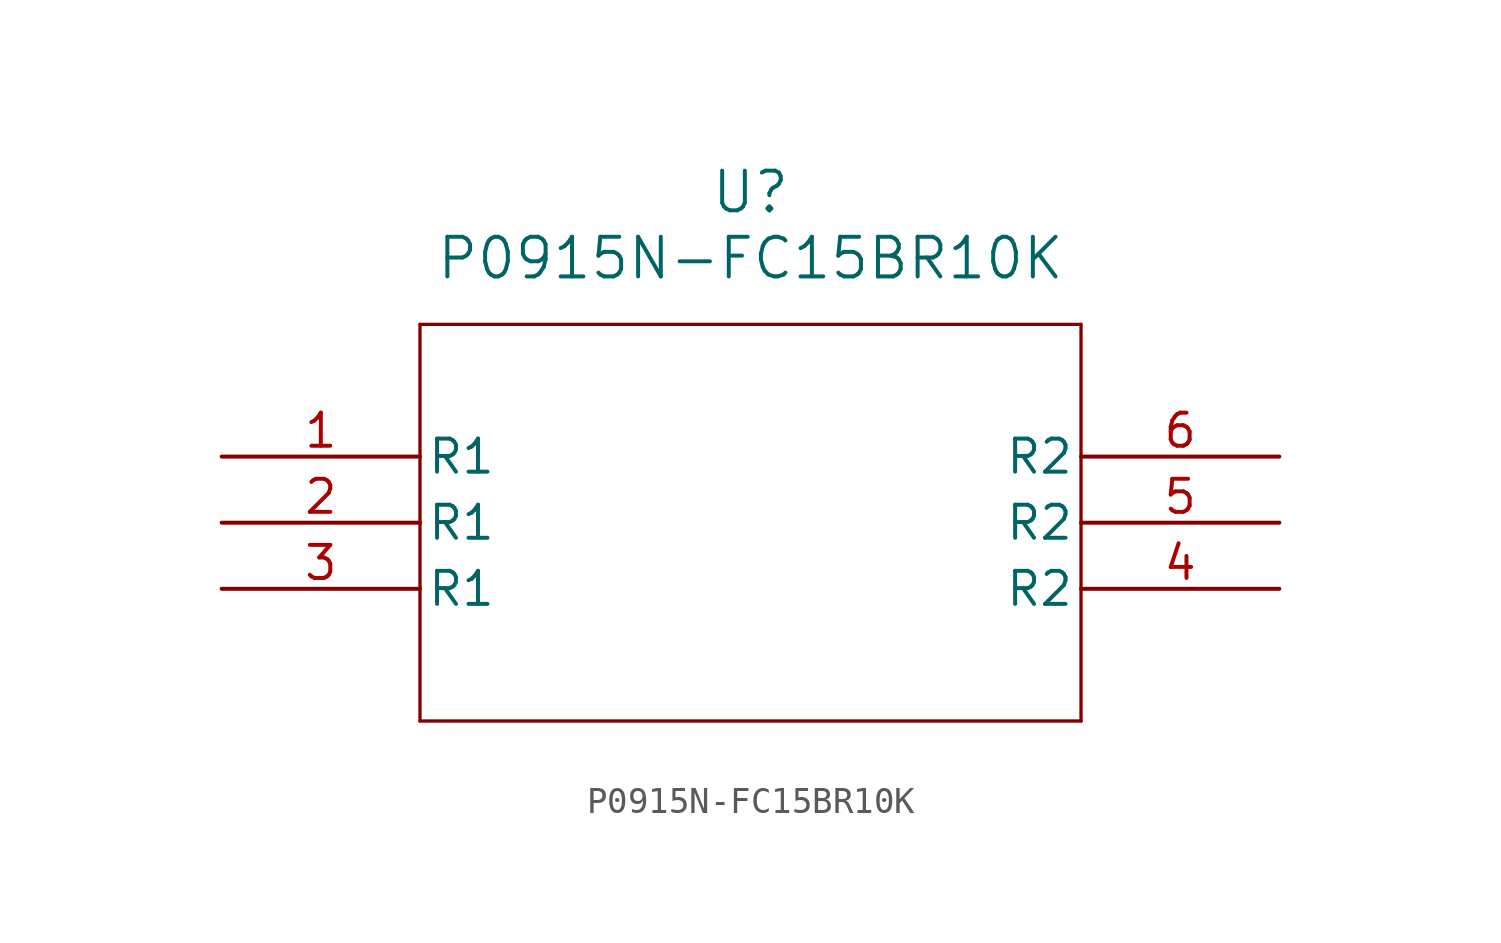
<source format=kicad_sym>
(kicad_symbol_lib
  (version 20211014)
  (generator kicad_symbol_editor)
  (symbol "P0915N-FC15BR10K"
    (pin_names
      (offset 0.254))
    (property "Reference" "U"
      (at 20.32 10.16 0)
      (effects (font (size 1.524 1.524))))
    (property "Value" "P0915N-FC15BR10K"
      (at 20.32 7.62 0)
      (effects (font (size 1.524 1.524))))
    (symbol "P0915N-FC15BR10K_0_1"
      (polyline (pts (xy 7.62 5.08) (xy 7.62 -10.16)) (stroke (width 0.127) (type default) (color 0 0 0 0)) (fill (type none)))
      (polyline (pts (xy 7.62 -10.16) (xy 33.02 -10.16)) (stroke (width 0.127) (type default) (color 0 0 0 0)) (fill (type none)))
      (polyline (pts (xy 33.02 -10.16) (xy 33.02 5.08)) (stroke (width 0.127) (type default) (color 0 0 0 0)) (fill (type none)))
      (polyline (pts (xy 33.02 5.08) (xy 7.62 5.08)) (stroke (width 0.127) (type default) (color 0 0 0 0)) (fill (type none)))
      (pin unspecified line (at 0 0 0) (length 7.62) (name "R1" (effects (font (size 1.27 1.27)))) (number "1" (effects (font (size 1.27 1.27)))))
      (pin unspecified line (at 0 -2.54 0) (length 7.62) (name "R1" (effects (font (size 1.27 1.27)))) (number "2" (effects (font (size 1.27 1.27)))))
      (pin unspecified line (at 0 -5.08 0) (length 7.62) (name "R1" (effects (font (size 1.27 1.27)))) (number "3" (effects (font (size 1.27 1.27)))))
      (pin unspecified line (at 40.64 -5.08 180) (length 7.62) (name "R2" (effects (font (size 1.27 1.27)))) (number "4" (effects (font (size 1.27 1.27)))))
      (pin unspecified line (at 40.64 -2.54 180) (length 7.62) (name "R2" (effects (font (size 1.27 1.27)))) (number "5" (effects (font (size 1.27 1.27)))))
      (pin unspecified line (at 40.64 0 180) (length 7.62) (name "R2" (effects (font (size 1.27 1.27)))) (number "6" (effects (font (size 1.27 1.27))))))))
</source>
